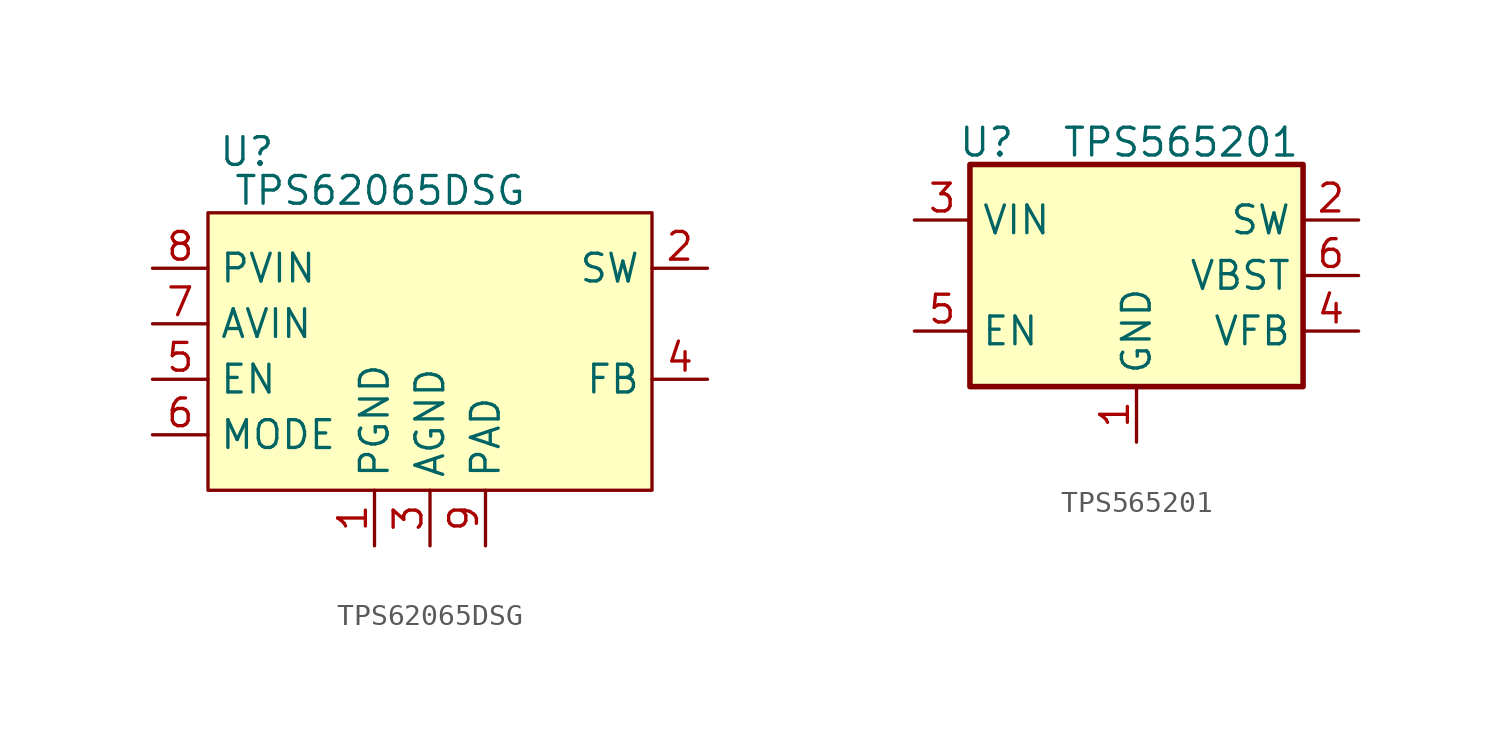
<source format=kicad_sym>
(kicad_symbol_lib
  (version 20231120)
  (generator "kicad_symbol_editor")
  (generator_version "8.0")
  (symbol "TPS62065DSG"
    (property "Reference" "U"
      (at -8.382 9.144 0)
      (effects (font (size 1.27 1.27))))
    (property "Value" "TPS62065DSG"
      (at -2.286 7.366 0)
      (effects (font (size 1.27 1.27))))
    (symbol "TPS62065DSG_1_1"
      (rectangle (start -10.16 6.35) (end 10.16 -6.35) (stroke (width 0) (type default)) (fill (type background)))
      (pin power_in line (at -2.54 -8.89 90) (length 2.54) (name "PGND" (effects (font (size 1.27 1.27)))) (number "1" (effects (font (size 1.27 1.27)))))
      (pin power_out line (at 12.7 3.81 180) (length 2.54) (name "SW" (effects (font (size 1.27 1.27)))) (number "2" (effects (font (size 1.27 1.27)))))
      (pin power_in line (at 0 -8.89 90) (length 2.54) (name "AGND" (effects (font (size 1.27 1.27)))) (number "3" (effects (font (size 1.27 1.27)))))
      (pin input line (at 12.7 -1.27 180) (length 2.54) (name "FB" (effects (font (size 1.27 1.27)))) (number "4" (effects (font (size 1.27 1.27)))))
      (pin input line (at -12.7 -1.27 0) (length 2.54) (name "EN" (effects (font (size 1.27 1.27)))) (number "5" (effects (font (size 1.27 1.27)))))
      (pin input line (at -12.7 -3.81 0) (length 2.54) (name "MODE" (effects (font (size 1.27 1.27)))) (number "6" (effects (font (size 1.27 1.27)))))
      (pin power_in line (at -12.7 1.27 0) (length 2.54) (name "AVIN" (effects (font (size 1.27 1.27)))) (number "7" (effects (font (size 1.27 1.27)))))
      (pin power_in line (at -12.7 3.81 0) (length 2.54) (name "PVIN" (effects (font (size 1.27 1.27)))) (number "8" (effects (font (size 1.27 1.27)))))
      (pin power_in line (at 2.54 -8.89 90) (length 2.54) (name "PAD" (effects (font (size 1.27 1.27)))) (number "9" (effects (font (size 1.27 1.27)))))))
  (symbol "TPS565201"
    (property "Reference" "U"
      (at -6.858 6.096 0)
      (effects (font (size 1.27 1.27))))
    (property "Value" "TPS565201"
      (at 2.032 6.096 0)
      (effects (font (size 1.27 1.27))))
    (symbol "TPS565201_0_1"
      (rectangle (start -7.62 5.08) (end 7.62 -5.08) (stroke (width 0.254) (type default)) (fill (type background))))
    (symbol "TPS565201_1_1"
      (pin power_in line (at 0 -7.62 90) (length 2.54) (name "GND" (effects (font (size 1.27 1.27)))) (number "1" (effects (font (size 1.27 1.27)))))
      (pin output line (at 10.16 2.54 180) (length 2.54) (name "SW" (effects (font (size 1.27 1.27)))) (number "2" (effects (font (size 1.27 1.27)))))
      (pin power_in line (at -10.16 2.54 0) (length 2.54) (name "VIN" (effects (font (size 1.27 1.27)))) (number "3" (effects (font (size 1.27 1.27)))))
      (pin input line (at 10.16 -2.54 180) (length 2.54) (name "VFB" (effects (font (size 1.27 1.27)))) (number "4" (effects (font (size 1.27 1.27)))))
      (pin input line (at -10.16 -2.54 0) (length 2.54) (name "EN" (effects (font (size 1.27 1.27)))) (number "5" (effects (font (size 1.27 1.27)))))
      (pin passive line (at 10.16 0 180) (length 2.54) (name "VBST" (effects (font (size 1.27 1.27)))) (number "6" (effects (font (size 1.27 1.27))))))))
</source>
